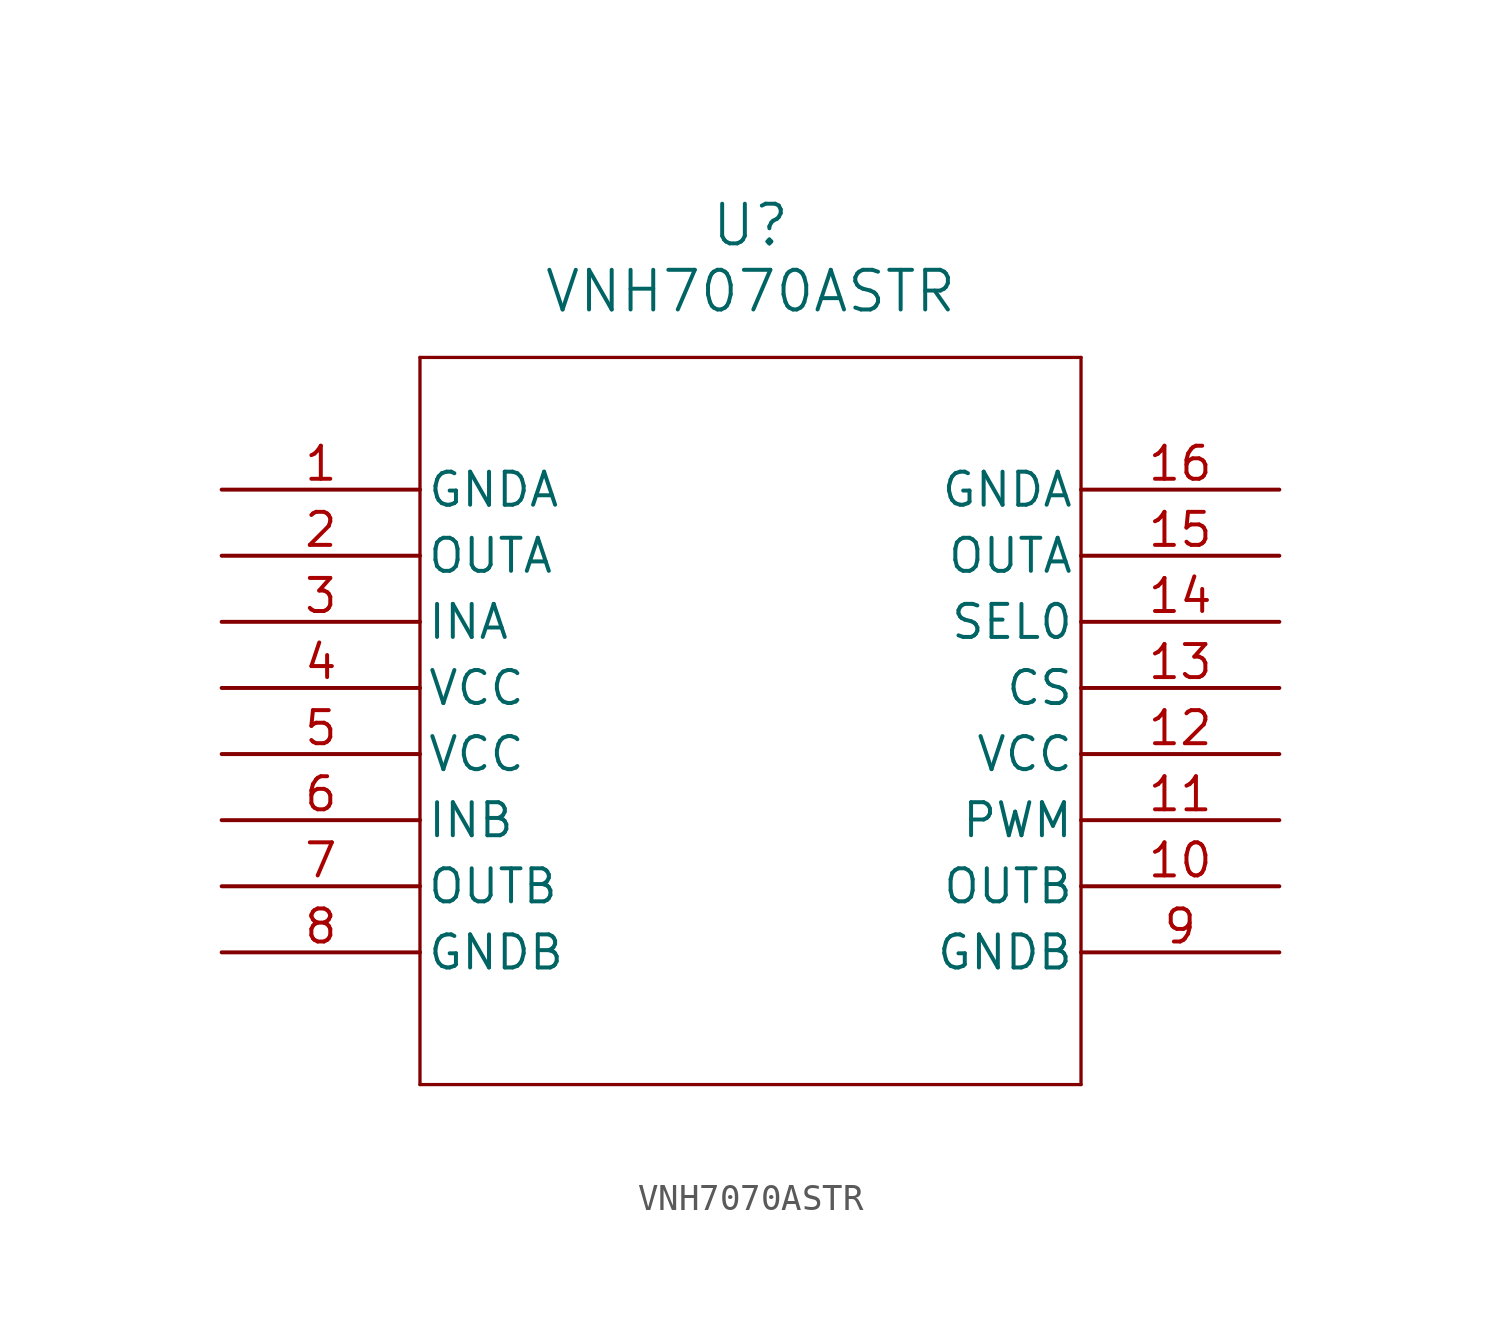
<source format=kicad_sym>
(kicad_symbol_lib
  (version 20231120)
  (generator "kicad_symbol_editor")
  (generator_version "8.0")
  (symbol "VNH7070ASTR"
    (pin_names
      (offset 0.254))
    (property "Reference" "U"
      (at 20.32 10.16 0)
      (effects (font (size 1.524 1.524))))
    (property "Value" "VNH7070ASTR"
      (at 20.32 7.62 0)
      (effects (font (size 1.524 1.524))))
    (property "ki_locked" ""
      (at 0 0 0)
      (effects (font (size 1.27 1.27))))
    (symbol "VNH7070ASTR_0_1"
      (polyline (pts (xy 7.62 -22.86) (xy 33.02 -22.86)) (stroke (width 0.127) (type default)) (fill (type none)))
      (polyline (pts (xy 7.62 5.08) (xy 7.62 -22.86)) (stroke (width 0.127) (type default)) (fill (type none)))
      (polyline (pts (xy 33.02 -22.86) (xy 33.02 5.08)) (stroke (width 0.127) (type default)) (fill (type none)))
      (polyline (pts (xy 33.02 5.08) (xy 7.62 5.08)) (stroke (width 0.127) (type default)) (fill (type none)))
      (pin power_out line (at 0 0 0) (length 7.62) (name "GNDA" (effects (font (size 1.27 1.27)))) (number "1" (effects (font (size 1.27 1.27)))))
      (pin output line (at 40.64 -15.24 180) (length 7.62) (name "OUTB" (effects (font (size 1.27 1.27)))) (number "10" (effects (font (size 1.27 1.27)))))
      (pin unspecified line (at 40.64 -12.7 180) (length 7.62) (name "PWM" (effects (font (size 1.27 1.27)))) (number "11" (effects (font (size 1.27 1.27)))))
      (pin power_in line (at 40.64 -10.16 180) (length 7.62) (name "VCC" (effects (font (size 1.27 1.27)))) (number "12" (effects (font (size 1.27 1.27)))))
      (pin unspecified line (at 40.64 -7.62 180) (length 7.62) (name "CS" (effects (font (size 1.27 1.27)))) (number "13" (effects (font (size 1.27 1.27)))))
      (pin unspecified line (at 40.64 -5.08 180) (length 7.62) (name "SEL0" (effects (font (size 1.27 1.27)))) (number "14" (effects (font (size 1.27 1.27)))))
      (pin output line (at 40.64 -2.54 180) (length 7.62) (name "OUTA" (effects (font (size 1.27 1.27)))) (number "15" (effects (font (size 1.27 1.27)))))
      (pin power_out line (at 40.64 0 180) (length 7.62) (name "GNDA" (effects (font (size 1.27 1.27)))) (number "16" (effects (font (size 1.27 1.27)))))
      (pin output line (at 0 -2.54 0) (length 7.62) (name "OUTA" (effects (font (size 1.27 1.27)))) (number "2" (effects (font (size 1.27 1.27)))))
      (pin input line (at 0 -5.08 0) (length 7.62) (name "INA" (effects (font (size 1.27 1.27)))) (number "3" (effects (font (size 1.27 1.27)))))
      (pin power_in line (at 0 -7.62 0) (length 7.62) (name "VCC" (effects (font (size 1.27 1.27)))) (number "4" (effects (font (size 1.27 1.27)))))
      (pin power_in line (at 0 -10.16 0) (length 7.62) (name "VCC" (effects (font (size 1.27 1.27)))) (number "5" (effects (font (size 1.27 1.27)))))
      (pin input line (at 0 -12.7 0) (length 7.62) (name "INB" (effects (font (size 1.27 1.27)))) (number "6" (effects (font (size 1.27 1.27)))))
      (pin output line (at 0 -15.24 0) (length 7.62) (name "OUTB" (effects (font (size 1.27 1.27)))) (number "7" (effects (font (size 1.27 1.27)))))
      (pin power_out line (at 0 -17.78 0) (length 7.62) (name "GNDB" (effects (font (size 1.27 1.27)))) (number "8" (effects (font (size 1.27 1.27)))))
      (pin power_out line (at 40.64 -17.78 180) (length 7.62) (name "GNDB" (effects (font (size 1.27 1.27)))) (number "9" (effects (font (size 1.27 1.27))))))))
</source>
